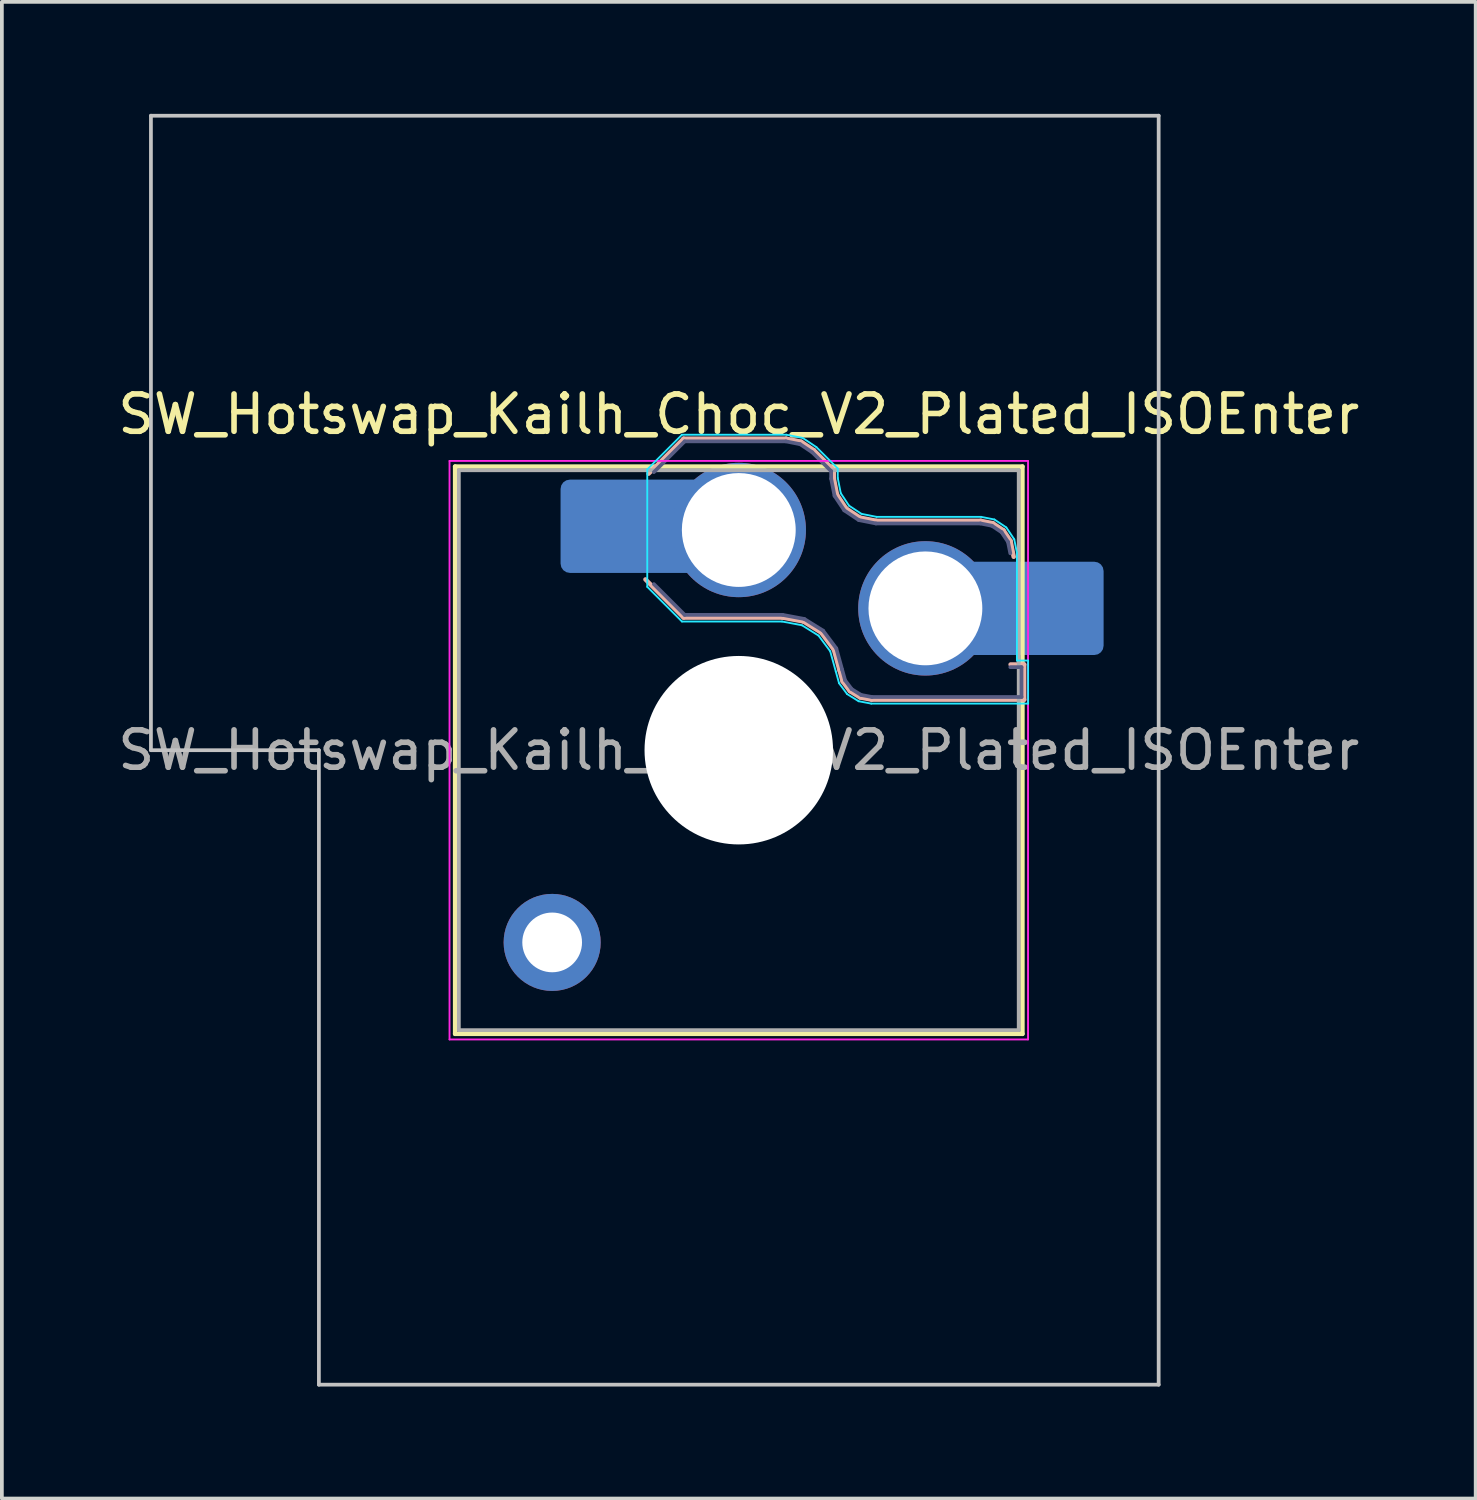
<source format=kicad_pcb>
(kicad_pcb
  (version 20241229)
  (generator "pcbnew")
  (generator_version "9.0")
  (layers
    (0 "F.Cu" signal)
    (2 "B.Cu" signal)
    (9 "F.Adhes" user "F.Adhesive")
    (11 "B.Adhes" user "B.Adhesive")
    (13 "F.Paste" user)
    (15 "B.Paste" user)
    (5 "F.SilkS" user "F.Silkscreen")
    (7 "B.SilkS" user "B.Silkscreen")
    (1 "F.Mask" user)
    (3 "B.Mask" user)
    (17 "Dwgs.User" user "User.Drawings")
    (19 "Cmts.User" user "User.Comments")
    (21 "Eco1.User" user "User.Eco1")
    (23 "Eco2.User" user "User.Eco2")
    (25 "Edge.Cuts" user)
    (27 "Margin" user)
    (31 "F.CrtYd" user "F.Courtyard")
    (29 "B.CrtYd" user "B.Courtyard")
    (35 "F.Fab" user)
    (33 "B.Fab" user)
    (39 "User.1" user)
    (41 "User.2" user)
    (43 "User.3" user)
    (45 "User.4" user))
  (footprint "SW_Hotswap_Kailh_Choc_V2_Plated_ISOEnter"
    (layer "F.Cu")
    (at 16.744 17.05)
    (property "Reference" "SW_Hotswap_Kailh_Choc_V2_Plated_ISOEnter" (at 0 -9 0) (layer "F.SilkS") (effects (font (size 1 1) (thickness 0.15))))
    (attr smd)
    (fp_line (start -7.6 -7.6) (end -7.6 7.6) (stroke (width 0.12) (type solid)) (layer "F.SilkS"))
    (fp_line (start -7.6 7.6) (end 7.6 7.6) (stroke (width 0.12) (type solid)) (layer "F.SilkS"))
    (fp_line (start 7.6 -7.6) (end -7.6 -7.6) (stroke (width 0.12) (type solid)) (layer "F.SilkS"))
    (fp_line (start 7.6 7.6) (end 7.6 -7.6) (stroke (width 0.12) (type solid)) (layer "F.SilkS"))
    (fp_line (start -2.416 -7.409) (end -1.479 -8.346) (stroke (width 0.12) (type solid)) (layer "B.SilkS"))
    (fp_line (start -1.479 -8.346) (end 1.268 -8.346) (stroke (width 0.12) (type solid)) (layer "B.SilkS"))
    (fp_line (start -1.479 -3.554) (end -2.5 -4.575) (stroke (width 0.12) (type solid)) (layer "B.SilkS"))
    (fp_line (start 1.168 -3.554) (end -1.479 -3.554) (stroke (width 0.12) (type solid)) (layer "B.SilkS"))
    (fp_line (start 1.268 -8.346) (end 1.671 -8.266) (stroke (width 0.12) (type solid)) (layer "B.SilkS"))
    (fp_line (start 1.671 -8.266) (end 2.013 -8.037) (stroke (width 0.12) (type solid)) (layer "B.SilkS"))
    (fp_line (start 1.73 -3.449) (end 1.168 -3.554) (stroke (width 0.12) (type solid)) (layer "B.SilkS"))
    (fp_line (start 2.013 -8.037) (end 2.546 -7.504) (stroke (width 0.12) (type solid)) (layer "B.SilkS"))
    (fp_line (start 2.209 -3.15) (end 1.73 -3.449) (stroke (width 0.12) (type solid)) (layer "B.SilkS"))
    (fp_line (start 2.546 -7.504) (end 2.546 -7.282) (stroke (width 0.12) (type solid)) (layer "B.SilkS"))
    (fp_line (start 2.546 -7.282) (end 2.633 -6.844) (stroke (width 0.12) (type solid)) (layer "B.SilkS"))
    (fp_line (start 2.547 -2.697) (end 2.209 -3.15) (stroke (width 0.12) (type solid)) (layer "B.SilkS"))
    (fp_line (start 2.633 -6.844) (end 2.877 -6.477) (stroke (width 0.12) (type solid)) (layer "B.SilkS"))
    (fp_line (start 2.701 -2.139) (end 2.547 -2.697) (stroke (width 0.12) (type solid)) (layer "B.SilkS"))
    (fp_line (start 2.783 -1.841) (end 2.701 -2.139) (stroke (width 0.12) (type solid)) (layer "B.SilkS"))
    (fp_line (start 2.877 -6.477) (end 3.244 -6.233) (stroke (width 0.12) (type solid)) (layer "B.SilkS"))
    (fp_line (start 2.976 -1.583) (end 2.783 -1.841) (stroke (width 0.12) (type solid)) (layer "B.SilkS"))
    (fp_line (start 3.244 -6.233) (end 3.682 -6.146) (stroke (width 0.12) (type solid)) (layer "B.SilkS"))
    (fp_line (start 3.25 -1.413) (end 2.976 -1.583) (stroke (width 0.12) (type solid)) (layer "B.SilkS"))
    (fp_line (start 3.56 -1.354) (end 3.25 -1.413) (stroke (width 0.12) (type solid)) (layer "B.SilkS"))
    (fp_line (start 3.682 -6.146) (end 6.482 -6.146) (stroke (width 0.12) (type solid)) (layer "B.SilkS"))
    (fp_line (start 6.482 -6.146) (end 6.809 -6.081) (stroke (width 0.12) (type solid)) (layer "B.SilkS"))
    (fp_line (start 6.809 -6.081) (end 7.092 -5.892) (stroke (width 0.12) (type solid)) (layer "B.SilkS"))
    (fp_line (start 7.092 -5.892) (end 7.281 -5.609) (stroke (width 0.12) (type solid)) (layer "B.SilkS"))
    (fp_line (start 7.281 -5.609) (end 7.366 -5.182) (stroke (width 0.12) (type solid)) (layer "B.SilkS"))
    (fp_line (start 7.283 -2.296) (end 7.646 -2.296) (stroke (width 0.12) (type solid)) (layer "B.SilkS"))
    (fp_line (start 7.646 -2.296) (end 7.646 -1.354) (stroke (width 0.12) (type solid)) (layer "B.SilkS"))
    (fp_line (start 7.646 -1.354) (end 3.56 -1.354) (stroke (width 0.12) (type solid)) (layer "B.SilkS"))
    (fp_line (start -15.75 -17) (end -15.75 0) (stroke (width 0.1) (type solid)) (layer "Dwgs.User"))
    (fp_line (start -15.75 0) (end -11.25 0) (stroke (width 0.1) (type solid)) (layer "Dwgs.User"))
    (fp_line (start -11.25 0) (end -11.25 17) (stroke (width 0.1) (type solid)) (layer "Dwgs.User"))
    (fp_line (start -11.25 17) (end 11.25 17) (stroke (width 0.1) (type solid)) (layer "Dwgs.User"))
    (fp_line (start 11.25 -17) (end -15.75 -17) (stroke (width 0.1) (type solid)) (layer "Dwgs.User"))
    (fp_line (start 11.25 17) (end 11.25 -17) (stroke (width 0.1) (type solid)) (layer "Dwgs.User"))
    (fp_line (start -7.25 -7.25) (end -7.25 7.25) (stroke (width 0.1) (type solid)) (layer "Eco1.User"))
    (fp_line (start -7.25 7.25) (end 7.25 7.25) (stroke (width 0.1) (type solid)) (layer "Eco1.User"))
    (fp_line (start 7.25 -7.25) (end -7.25 -7.25) (stroke (width 0.1) (type solid)) (layer "Eco1.User"))
    (fp_line (start 7.25 7.25) (end 7.25 -7.25) (stroke (width 0.1) (type solid)) (layer "Eco1.User"))
    (fp_line (start -2.452 -7.523) (end -1.523 -8.452) (stroke (width 0.05) (type solid)) (layer "B.CrtYd"))
    (fp_line (start -2.452 -4.377) (end -2.452 -7.523) (stroke (width 0.05) (type solid)) (layer "B.CrtYd"))
    (fp_line (start -1.523 -8.452) (end 1.278 -8.452) (stroke (width 0.05) (type solid)) (layer "B.CrtYd"))
    (fp_line (start -1.523 -3.448) (end -2.452 -4.377) (stroke (width 0.05) (type solid)) (layer "B.CrtYd"))
    (fp_line (start 1.159 -3.448) (end -1.523 -3.448) (stroke (width 0.05) (type solid)) (layer "B.CrtYd"))
    (fp_line (start 1.278 -8.452) (end 1.712 -8.366) (stroke (width 0.05) (type solid)) (layer "B.CrtYd"))
    (fp_line (start 1.691 -3.348) (end 1.159 -3.448) (stroke (width 0.05) (type solid)) (layer "B.CrtYd"))
    (fp_line (start 1.712 -8.366) (end 2.081 -8.119) (stroke (width 0.05) (type solid)) (layer "B.CrtYd"))
    (fp_line (start 2.081 -8.119) (end 2.652 -7.548) (stroke (width 0.05) (type solid)) (layer "B.CrtYd"))
    (fp_line (start 2.136 -3.071) (end 1.691 -3.348) (stroke (width 0.05) (type solid)) (layer "B.CrtYd"))
    (fp_line (start 2.45 -2.65) (end 2.136 -3.071) (stroke (width 0.05) (type solid)) (layer "B.CrtYd"))
    (fp_line (start 2.599 -2.111) (end 2.45 -2.65) (stroke (width 0.05) (type solid)) (layer "B.CrtYd"))
    (fp_line (start 2.652 -7.548) (end 2.652 -7.292) (stroke (width 0.05) (type solid)) (layer "B.CrtYd"))
    (fp_line (start 2.652 -7.292) (end 2.733 -6.885) (stroke (width 0.05) (type solid)) (layer "B.CrtYd"))
    (fp_line (start 2.687 -1.794) (end 2.599 -2.111) (stroke (width 0.05) (type solid)) (layer "B.CrtYd"))
    (fp_line (start 2.733 -6.885) (end 2.953 -6.553) (stroke (width 0.05) (type solid)) (layer "B.CrtYd"))
    (fp_line (start 2.903 -1.503) (end 2.687 -1.794) (stroke (width 0.05) (type solid)) (layer "B.CrtYd"))
    (fp_line (start 2.953 -6.553) (end 3.285 -6.333) (stroke (width 0.05) (type solid)) (layer "B.CrtYd"))
    (fp_line (start 3.211 -1.312) (end 2.903 -1.503) (stroke (width 0.05) (type solid)) (layer "B.CrtYd"))
    (fp_line (start 3.285 -6.333) (end 3.692 -6.252) (stroke (width 0.05) (type solid)) (layer "B.CrtYd"))
    (fp_line (start 3.55 -1.248) (end 3.211 -1.312) (stroke (width 0.05) (type solid)) (layer "B.CrtYd"))
    (fp_line (start 3.692 -6.252) (end 6.492 -6.252) (stroke (width 0.05) (type solid)) (layer "B.CrtYd"))
    (fp_line (start 6.492 -6.252) (end 6.85 -6.181) (stroke (width 0.05) (type solid)) (layer "B.CrtYd"))
    (fp_line (start 6.85 -6.181) (end 7.168 -5.968) (stroke (width 0.05) (type solid)) (layer "B.CrtYd"))
    (fp_line (start 7.168 -5.968) (end 7.381 -5.65) (stroke (width 0.05) (type solid)) (layer "B.CrtYd"))
    (fp_line (start 7.381 -5.65) (end 7.452 -5.292) (stroke (width 0.05) (type solid)) (layer "B.CrtYd"))
    (fp_line (start 7.452 -5.292) (end 7.452 -2.402) (stroke (width 0.05) (type solid)) (layer "B.CrtYd"))
    (fp_line (start 7.452 -2.402) (end 7.752 -2.402) (stroke (width 0.05) (type solid)) (layer "B.CrtYd"))
    (fp_line (start 7.752 -2.402) (end 7.752 -1.248) (stroke (width 0.05) (type solid)) (layer "B.CrtYd"))
    (fp_line (start 7.752 -1.248) (end 3.55 -1.248) (stroke (width 0.05) (type solid)) (layer "B.CrtYd"))
    (fp_line (start -7.75 -7.75) (end -7.75 7.75) (stroke (width 0.05) (type solid)) (layer "F.CrtYd"))
    (fp_line (start -7.75 7.75) (end 7.75 7.75) (stroke (width 0.05) (type solid)) (layer "F.CrtYd"))
    (fp_line (start 7.75 -7.75) (end -7.75 -7.75) (stroke (width 0.05) (type solid)) (layer "F.CrtYd"))
    (fp_line (start 7.75 7.75) (end 7.75 -7.75) (stroke (width 0.05) (type solid)) (layer "F.CrtYd"))
    (fp_line (start -2.275 -7.45) (end -1.45 -8.275) (stroke (width 0.1) (type solid)) (layer "B.Fab"))
    (fp_line (start -1.45 -8.275) (end 1.261 -8.275) (stroke (width 0.1) (type solid)) (layer "B.Fab"))
    (fp_line (start -1.45 -3.625) (end -2.275 -4.45) (stroke (width 0.1) (type solid)) (layer "B.Fab"))
    (fp_line (start 1.175 -3.625) (end -1.45 -3.625) (stroke (width 0.1) (type solid)) (layer "B.Fab"))
    (fp_line (start 1.261 -8.275) (end 1.643 -8.199) (stroke (width 0.1) (type solid)) (layer "B.Fab"))
    (fp_line (start 1.643 -8.199) (end 1.968 -7.982) (stroke (width 0.1) (type solid)) (layer "B.Fab"))
    (fp_line (start 1.756 -3.516) (end 1.175 -3.625) (stroke (width 0.1) (type solid)) (layer "B.Fab"))
    (fp_line (start 1.968 -7.982) (end 2.475 -7.475) (stroke (width 0.1) (type solid)) (layer "B.Fab"))
    (fp_line (start 2.258 -3.203) (end 1.756 -3.516) (stroke (width 0.1) (type solid)) (layer "B.Fab"))
    (fp_line (start 2.475 -7.475) (end 2.475 -7.275) (stroke (width 0.1) (type solid)) (layer "B.Fab"))
    (fp_line (start 2.475 -7.275) (end 2.566 -6.816) (stroke (width 0.1) (type solid)) (layer "B.Fab"))
    (fp_line (start 2.566 -6.816) (end 2.826 -6.426) (stroke (width 0.1) (type solid)) (layer "B.Fab"))
    (fp_line (start 2.612 -2.729) (end 2.258 -3.203) (stroke (width 0.1) (type solid)) (layer "B.Fab"))
    (fp_line (start 2.769 -2.158) (end 2.612 -2.729) (stroke (width 0.1) (type solid)) (layer "B.Fab"))
    (fp_line (start 2.826 -6.426) (end 3.216 -6.166) (stroke (width 0.1) (type solid)) (layer "B.Fab"))
    (fp_line (start 2.848 -1.873) (end 2.769 -2.158) (stroke (width 0.1) (type solid)) (layer "B.Fab"))
    (fp_line (start 3.025 -1.636) (end 2.848 -1.873) (stroke (width 0.1) (type solid)) (layer "B.Fab"))
    (fp_line (start 3.216 -6.166) (end 3.675 -6.075) (stroke (width 0.1) (type solid)) (layer "B.Fab"))
    (fp_line (start 3.276 -1.48) (end 3.025 -1.636) (stroke (width 0.1) (type solid)) (layer "B.Fab"))
    (fp_line (start 3.567 -1.425) (end 3.276 -1.48) (stroke (width 0.1) (type solid)) (layer "B.Fab"))
    (fp_line (start 3.675 -6.075) (end 6.475 -6.075) (stroke (width 0.1) (type solid)) (layer "B.Fab"))
    (fp_line (start 6.475 -6.075) (end 6.781 -6.014) (stroke (width 0.1) (type solid)) (layer "B.Fab"))
    (fp_line (start 6.781 -6.014) (end 7.041 -5.841) (stroke (width 0.1) (type solid)) (layer "B.Fab"))
    (fp_line (start 7.041 -5.841) (end 7.214 -5.581) (stroke (width 0.1) (type solid)) (layer "B.Fab"))
    (fp_line (start 7.214 -5.581) (end 7.275 -5.275) (stroke (width 0.1) (type solid)) (layer "B.Fab"))
    (fp_line (start 7.275 -2.225) (end 7.575 -2.225) (stroke (width 0.1) (type solid)) (layer "B.Fab"))
    (fp_line (start 7.575 -2.225) (end 7.575 -1.425) (stroke (width 0.1) (type solid)) (layer "B.Fab"))
    (fp_line (start 7.575 -1.425) (end 3.567 -1.425) (stroke (width 0.1) (type solid)) (layer "B.Fab"))
    (fp_line (start -7.5 -7.5) (end -7.5 7.5) (stroke (width 0.1) (type solid)) (layer "F.Fab"))
    (fp_line (start -7.5 7.5) (end 7.5 7.5) (stroke (width 0.1) (type solid)) (layer "F.Fab"))
    (fp_line (start 7.5 -7.5) (end -7.5 -7.5) (stroke (width 0.1) (type solid)) (layer "F.Fab"))
    (fp_line (start 7.5 7.5) (end 7.5 -7.5) (stroke (width 0.1) (type solid)) (layer "F.Fab"))
    (fp_text user "${REFERENCE}" (at 0 0 0) (layer "F.Fab") (effects (font (size 1 1) (thickness 0.15))))
    (pad "" thru_hole circle (at -5 5.15) (size 2.6 2.6) (drill 1.6) (layers "*.Cu" "*.Mask"))
    (pad "" smd roundrect (at -3.5 -6) (size 2.55 2.5) (layers "B.Mask" "B.Paste") (roundrect_rratio 0.1))
    (pad "" np_thru_hole circle (at 0 0) (size 5.05 5.05) (drill 5.05) (layers "*.Cu" "*.Mask"))
    (pad "" smd roundrect (at 8.5 -3.8) (size 2.55 2.5) (layers "B.Mask" "B.Paste") (roundrect_rratio 0.1))
    (pad "1" smd roundrect (at -2.85 -6) (size 3.85 2.5) (layers "B.Cu") (roundrect_rratio 0.1))
    (pad "1" thru_hole circle (at 0 -5.9) (size 3.6 3.6) (drill 3.05) (layers "*.Cu" "*.Mask"))
    (pad "2" thru_hole circle (at 5 -3.8) (size 3.6 3.6) (drill 3.05) (layers "*.Cu" "*.Mask"))
    (pad "2" smd roundrect (at 7.85 -3.8) (size 3.85 2.5) (layers "B.Cu") (roundrect_rratio 0.1)))
  (gr_rect
    (start -3 -3)
    (end 36.488 37.1)
    (stroke (width 0.1) (type default))
    (fill no)
    (layer "Edge.Cuts")))
</source>
